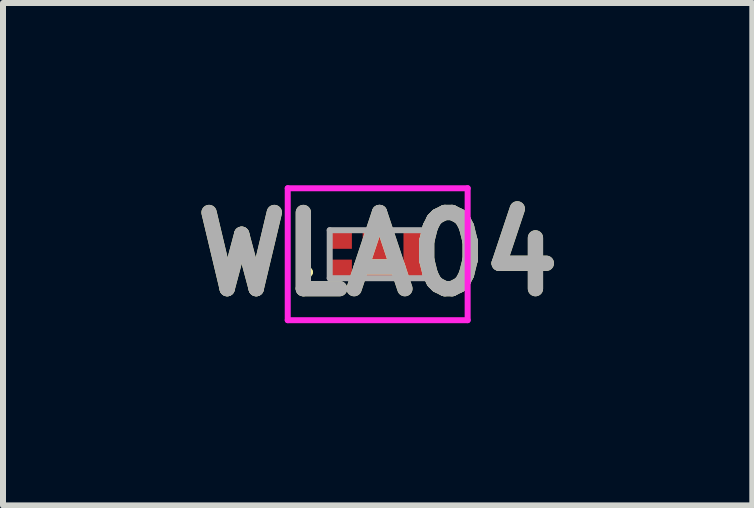
<source format=kicad_pcb>
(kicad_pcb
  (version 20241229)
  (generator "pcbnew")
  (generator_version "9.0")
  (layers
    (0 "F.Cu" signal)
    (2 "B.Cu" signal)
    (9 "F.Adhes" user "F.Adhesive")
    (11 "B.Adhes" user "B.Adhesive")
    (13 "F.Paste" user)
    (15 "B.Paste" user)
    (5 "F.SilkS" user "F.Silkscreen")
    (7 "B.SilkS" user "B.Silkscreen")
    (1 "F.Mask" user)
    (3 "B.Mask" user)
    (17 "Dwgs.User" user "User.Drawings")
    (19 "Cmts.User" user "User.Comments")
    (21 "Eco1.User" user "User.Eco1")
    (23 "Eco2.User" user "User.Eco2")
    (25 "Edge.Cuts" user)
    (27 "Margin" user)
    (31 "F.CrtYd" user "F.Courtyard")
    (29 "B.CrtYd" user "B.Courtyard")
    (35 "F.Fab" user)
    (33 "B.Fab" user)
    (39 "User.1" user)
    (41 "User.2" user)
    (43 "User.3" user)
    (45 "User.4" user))
  (footprint "WLA04"
    (layer "F.Cu")
    (at 2.818 1.189)
    (property "Reference" "WLA04" (at 0.43 0 0) (layer "F.SilkS") (effects (font (size 1.27 1.27) (thickness 0.254))))
    (attr smd)
    (fp_line (start -0.8 0.3) (end -0.8 0.3) (stroke (width 0.1) (type solid)) (layer "F.SilkS"))
    (fp_line (start -0.7 0.3) (end -0.7 0.3) (stroke (width 0.1) (type solid)) (layer "F.SilkS"))
    (fp_arc (start -0.8 0.3) (mid -0.75 0.25) (end -0.7 0.3) (stroke (width 0.1) (type solid)) (layer "F.SilkS"))
    (fp_arc (start -0.7 0.3) (mid -0.75 0.35) (end -0.8 0.3) (stroke (width 0.1) (type solid)) (layer "F.SilkS"))
    (fp_line (start -1.07 -1.1) (end 1.93 -1.1) (stroke (width 0.1) (type solid)) (layer "F.CrtYd"))
    (fp_line (start -1.07 1.1) (end -1.07 -1.1) (stroke (width 0.1) (type solid)) (layer "F.CrtYd"))
    (fp_line (start 1.93 -1.1) (end 1.93 1.1) (stroke (width 0.1) (type solid)) (layer "F.CrtYd"))
    (fp_line (start 1.93 1.1) (end -1.07 1.1) (stroke (width 0.1) (type solid)) (layer "F.CrtYd"))
    (fp_line (start -0.37 -0.4) (end -0.37 0.4) (stroke (width 0.1) (type solid)) (layer "F.Fab"))
    (fp_line (start -0.37 0.4) (end 1.23 0.4) (stroke (width 0.1) (type solid)) (layer "F.Fab"))
    (fp_line (start 1.23 -0.4) (end -0.37 -0.4) (stroke (width 0.1) (type solid)) (layer "F.Fab"))
    (fp_line (start 1.23 0.4) (end 1.23 -0.4) (stroke (width 0.1) (type solid)) (layer "F.Fab"))
    (fp_text user "${REFERENCE}" (at 0.43 0 0) (layer "F.Fab") (effects (font (size 1.27 1.27) (thickness 0.254))))
    (pad "1" smd rect (at -0.185 0.245 90) (size 0.31 0.37) (layers "F.Cu" "F.Mask" "F.Paste"))
    (pad "2" smd rect (at 0.43 0) (size 0.5 0.8) (layers "F.Cu" "F.Mask" "F.Paste"))
    (pad "3" smd rect (at 1.045 0) (size 0.37 0.8) (layers "F.Cu" "F.Mask" "F.Paste"))
    (pad "4" smd rect (at -0.185 -0.245 90) (size 0.31 0.37) (layers "F.Cu" "F.Mask" "F.Paste")))
  (gr_rect
    (start -3 -3)
    (end 9.495 5.377)
    (stroke (width 0.1) (type default))
    (fill no)
    (layer "Edge.Cuts")))
</source>
